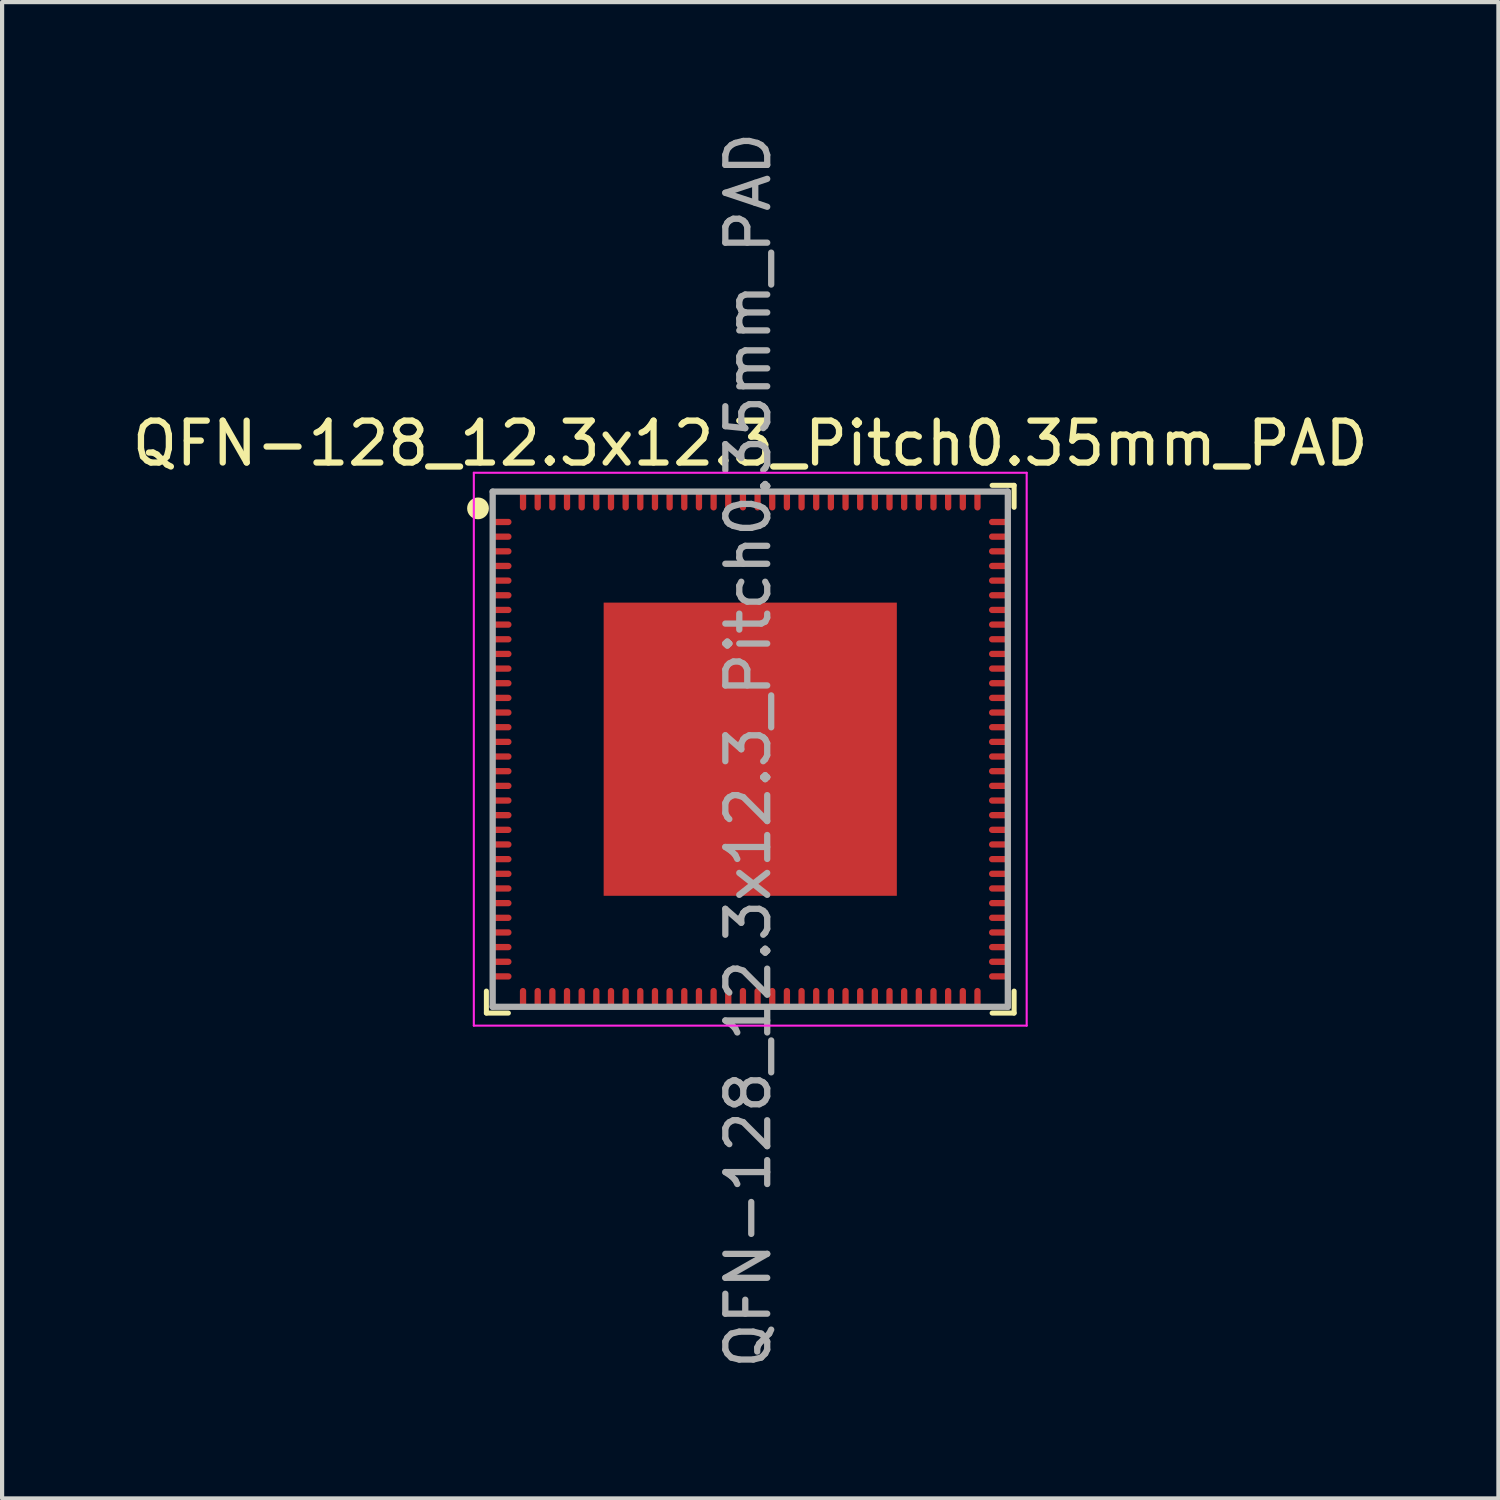
<source format=kicad_pcb>
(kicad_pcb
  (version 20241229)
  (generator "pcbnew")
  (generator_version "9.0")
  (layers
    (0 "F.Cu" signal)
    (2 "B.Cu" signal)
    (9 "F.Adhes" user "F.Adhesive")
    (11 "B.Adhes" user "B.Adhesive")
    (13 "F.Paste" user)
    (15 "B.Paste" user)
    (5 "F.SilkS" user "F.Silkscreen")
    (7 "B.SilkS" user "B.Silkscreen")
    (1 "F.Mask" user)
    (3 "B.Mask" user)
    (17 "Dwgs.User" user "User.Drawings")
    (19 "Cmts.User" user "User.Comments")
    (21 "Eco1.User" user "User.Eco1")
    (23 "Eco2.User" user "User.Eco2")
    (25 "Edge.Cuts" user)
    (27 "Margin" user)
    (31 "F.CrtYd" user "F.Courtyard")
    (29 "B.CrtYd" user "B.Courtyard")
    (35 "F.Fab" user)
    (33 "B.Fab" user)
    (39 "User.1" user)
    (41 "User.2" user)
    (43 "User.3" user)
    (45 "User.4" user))
  (footprint "QFN-128_12.3x12.3_Pitch0.35mm_PAD"
    (layer "F.Cu")
    (at 14.863 14.838)
    (property "Reference" "QFN-128_12.3x12.3_Pitch0.35mm_PAD" (at 0 -7.3 0) (layer "F.SilkS") (effects (font (size 1 1) (thickness 0.15))))
    (attr smd)
    (fp_line (start -6.3 6.3) (end -6.3 5.775) (stroke (width 0.12) (type default)) (layer "F.SilkS"))
    (fp_line (start -5.775 6.3) (end -6.3 6.3) (stroke (width 0.12) (type default)) (layer "F.SilkS"))
    (fp_line (start 5.775 -6.3) (end 6.3 -6.3) (stroke (width 0.12) (type default)) (layer "F.SilkS"))
    (fp_line (start 5.775 6.3) (end 6.3 6.3) (stroke (width 0.12) (type default)) (layer "F.SilkS"))
    (fp_line (start 6.3 -6.3) (end 6.3 -5.775) (stroke (width 0.12) (type default)) (layer "F.SilkS"))
    (fp_line (start 6.3 6.3) (end 6.3 5.775) (stroke (width 0.12) (type default)) (layer "F.SilkS"))
    (fp_circle (center -6.5 -5.75) (end -6.3 -5.75) (stroke (width 0.12) (type solid)) (fill yes) (layer "F.SilkS"))
    (fp_line (start -6.6 -6.6) (end 6.6 -6.6) (stroke (width 0.05) (type default)) (layer "F.CrtYd"))
    (fp_line (start -6.6 6.6) (end -6.6 -6.6) (stroke (width 0.05) (type default)) (layer "F.CrtYd"))
    (fp_line (start 6.6 -6.6) (end 6.6 6.6) (stroke (width 0.05) (type default)) (layer "F.CrtYd"))
    (fp_line (start 6.6 6.6) (end -6.6 6.6) (stroke (width 0.05) (type default)) (layer "F.CrtYd"))
    (fp_line (start -6.15 -6.15) (end -6.15 6.15) (stroke (width 0.15) (type default)) (layer "F.Fab"))
    (fp_line (start -6.15 6.15) (end 6.15 6.15) (stroke (width 0.15) (type default)) (layer "F.Fab"))
    (fp_line (start 6.15 -6.15) (end -6.15 -6.15) (stroke (width 0.15) (type default)) (layer "F.Fab"))
    (fp_line (start 6.15 6.15) (end 6.15 -6.15) (stroke (width 0.15) (type default)) (layer "F.Fab"))
    (fp_text user "${REFERENCE}" (at -0.05 0.025 90) (layer "F.Fab") (effects (font (size 1 1) (thickness 0.15))))
    (pad "" smd rect (at -2.625 -2.625) (size 1 1) (layers "F.Paste"))
    (pad "" smd rect (at -2.625 -0.875) (size 1 1) (layers "F.Paste"))
    (pad "" smd rect (at -2.625 0.875) (size 1 1) (layers "F.Paste"))
    (pad "" smd rect (at -2.625 2.625) (size 1 1) (layers "F.Paste"))
    (pad "" smd rect (at -0.875 -2.625) (size 1 1) (layers "F.Paste"))
    (pad "" smd rect (at -0.875 -0.875) (size 1 1) (layers "F.Paste"))
    (pad "" smd rect (at -0.875 0.875) (size 1 1) (layers "F.Paste"))
    (pad "" smd rect (at -0.875 2.625) (size 1 1) (layers "F.Paste"))
    (pad "" smd rect (at 0.875 -2.625) (size 1 1) (layers "F.Paste"))
    (pad "" smd rect (at 0.875 -0.875) (size 1 1) (layers "F.Paste"))
    (pad "" smd rect (at 0.875 0.875) (size 1 1) (layers "F.Paste"))
    (pad "" smd rect (at 0.875 2.625) (size 1 1) (layers "F.Paste"))
    (pad "" smd rect (at 2.625 -2.625) (size 1 1) (layers "F.Paste"))
    (pad "" smd rect (at 2.625 -0.875) (size 1 1) (layers "F.Paste"))
    (pad "" smd rect (at 2.625 0.875) (size 1 1) (layers "F.Paste"))
    (pad "" smd rect (at 2.625 2.625) (size 1 1) (layers "F.Paste"))
    (pad "1" smd oval (at -5.95 -5.425 90) (size 0.15 0.5) (layers "F.Cu" "F.Mask" "F.Paste"))
    (pad "2" smd oval (at -5.95 -5.075 90) (size 0.15 0.5) (layers "F.Cu" "F.Mask" "F.Paste"))
    (pad "3" smd oval (at -5.95 -4.725 90) (size 0.15 0.5) (layers "F.Cu" "F.Mask" "F.Paste"))
    (pad "4" smd oval (at -5.95 -4.375 90) (size 0.15 0.5) (layers "F.Cu" "F.Mask" "F.Paste"))
    (pad "5" smd oval (at -5.95 -4.025 90) (size 0.15 0.5) (layers "F.Cu" "F.Mask" "F.Paste"))
    (pad "6" smd oval (at -5.95 -3.675 90) (size 0.15 0.5) (layers "F.Cu" "F.Mask" "F.Paste"))
    (pad "7" smd oval (at -5.95 -3.325 90) (size 0.15 0.5) (layers "F.Cu" "F.Mask" "F.Paste"))
    (pad "8" smd oval (at -5.95 -2.975 90) (size 0.15 0.5) (layers "F.Cu" "F.Mask" "F.Paste"))
    (pad "9" smd oval (at -5.95 -2.625 90) (size 0.15 0.5) (layers "F.Cu" "F.Mask" "F.Paste"))
    (pad "10" smd oval (at -5.95 -2.275 90) (size 0.15 0.5) (layers "F.Cu" "F.Mask" "F.Paste"))
    (pad "11" smd oval (at -5.95 -1.925 90) (size 0.15 0.5) (layers "F.Cu" "F.Mask" "F.Paste"))
    (pad "12" smd oval (at -5.95 -1.575 90) (size 0.15 0.5) (layers "F.Cu" "F.Mask" "F.Paste"))
    (pad "13" smd oval (at -5.95 -1.225 90) (size 0.15 0.5) (layers "F.Cu" "F.Mask" "F.Paste"))
    (pad "14" smd oval (at -5.95 -0.875 90) (size 0.15 0.5) (layers "F.Cu" "F.Mask" "F.Paste"))
    (pad "15" smd oval (at -5.95 -0.525 90) (size 0.15 0.5) (layers "F.Cu" "F.Mask" "F.Paste"))
    (pad "16" smd oval (at -5.95 -0.175 90) (size 0.15 0.5) (layers "F.Cu" "F.Mask" "F.Paste"))
    (pad "17" smd oval (at -5.95 0.175 90) (size 0.15 0.5) (layers "F.Cu" "F.Mask" "F.Paste"))
    (pad "18" smd oval (at -5.95 0.525 90) (size 0.15 0.5) (layers "F.Cu" "F.Mask" "F.Paste"))
    (pad "19" smd oval (at -5.95 0.875 90) (size 0.15 0.5) (layers "F.Cu" "F.Mask" "F.Paste"))
    (pad "20" smd oval (at -5.95 1.225 90) (size 0.15 0.5) (layers "F.Cu" "F.Mask" "F.Paste"))
    (pad "21" smd oval (at -5.95 1.575 90) (size 0.15 0.5) (layers "F.Cu" "F.Mask" "F.Paste"))
    (pad "22" smd oval (at -5.95 1.925 90) (size 0.15 0.5) (layers "F.Cu" "F.Mask" "F.Paste"))
    (pad "23" smd oval (at -5.95 2.275 90) (size 0.15 0.5) (layers "F.Cu" "F.Mask" "F.Paste"))
    (pad "24" smd oval (at -5.95 2.625 90) (size 0.15 0.5) (layers "F.Cu" "F.Mask" "F.Paste"))
    (pad "25" smd oval (at -5.95 2.975 90) (size 0.15 0.5) (layers "F.Cu" "F.Mask" "F.Paste"))
    (pad "26" smd oval (at -5.95 3.325 90) (size 0.15 0.5) (layers "F.Cu" "F.Mask" "F.Paste"))
    (pad "27" smd oval (at -5.95 3.675 90) (size 0.15 0.5) (layers "F.Cu" "F.Mask" "F.Paste"))
    (pad "28" smd oval (at -5.95 4.025 90) (size 0.15 0.5) (layers "F.Cu" "F.Mask" "F.Paste"))
    (pad "29" smd oval (at -5.95 4.375 90) (size 0.15 0.5) (layers "F.Cu" "F.Mask" "F.Paste"))
    (pad "30" smd oval (at -5.95 4.725 90) (size 0.15 0.5) (layers "F.Cu" "F.Mask" "F.Paste"))
    (pad "31" smd oval (at -5.95 5.075 90) (size 0.15 0.5) (layers "F.Cu" "F.Mask" "F.Paste"))
    (pad "32" smd oval (at -5.95 5.425 90) (size 0.15 0.5) (layers "F.Cu" "F.Mask" "F.Paste"))
    (pad "33" smd oval (at -5.425 5.95) (size 0.15 0.5) (layers "F.Cu" "F.Mask" "F.Paste"))
    (pad "34" smd oval (at -5.075 5.95) (size 0.15 0.5) (layers "F.Cu" "F.Mask" "F.Paste"))
    (pad "35" smd oval (at -4.725 5.95) (size 0.15 0.5) (layers "F.Cu" "F.Mask" "F.Paste"))
    (pad "36" smd oval (at -4.375 5.95) (size 0.15 0.5) (layers "F.Cu" "F.Mask" "F.Paste"))
    (pad "37" smd oval (at -4.025 5.95) (size 0.15 0.5) (layers "F.Cu" "F.Mask" "F.Paste"))
    (pad "38" smd oval (at -3.675 5.95) (size 0.15 0.5) (layers "F.Cu" "F.Mask" "F.Paste"))
    (pad "39" smd oval (at -3.325 5.95) (size 0.15 0.5) (layers "F.Cu" "F.Mask" "F.Paste"))
    (pad "40" smd oval (at -2.975 5.95) (size 0.15 0.5) (layers "F.Cu" "F.Mask" "F.Paste"))
    (pad "41" smd oval (at -2.625 5.95) (size 0.15 0.5) (layers "F.Cu" "F.Mask" "F.Paste"))
    (pad "42" smd oval (at -2.275 5.95) (size 0.15 0.5) (layers "F.Cu" "F.Mask" "F.Paste"))
    (pad "43" smd oval (at -1.925 5.95) (size 0.15 0.5) (layers "F.Cu" "F.Mask" "F.Paste"))
    (pad "44" smd oval (at -1.575 5.95) (size 0.15 0.5) (layers "F.Cu" "F.Mask" "F.Paste"))
    (pad "45" smd oval (at -1.225 5.95) (size 0.15 0.5) (layers "F.Cu" "F.Mask" "F.Paste"))
    (pad "46" smd oval (at -0.875 5.95) (size 0.15 0.5) (layers "F.Cu" "F.Mask" "F.Paste"))
    (pad "47" smd oval (at -0.525 5.95) (size 0.15 0.5) (layers "F.Cu" "F.Mask" "F.Paste"))
    (pad "48" smd oval (at -0.175 5.95) (size 0.15 0.5) (layers "F.Cu" "F.Mask" "F.Paste"))
    (pad "49" smd oval (at 0.175 5.95) (size 0.15 0.5) (layers "F.Cu" "F.Mask" "F.Paste"))
    (pad "50" smd oval (at 0.525 5.95) (size 0.15 0.5) (layers "F.Cu" "F.Mask" "F.Paste"))
    (pad "51" smd oval (at 0.875 5.95) (size 0.15 0.5) (layers "F.Cu" "F.Mask" "F.Paste"))
    (pad "52" smd oval (at 1.225 5.95) (size 0.15 0.5) (layers "F.Cu" "F.Mask" "F.Paste"))
    (pad "53" smd oval (at 1.575 5.95) (size 0.15 0.5) (layers "F.Cu" "F.Mask" "F.Paste"))
    (pad "54" smd oval (at 1.925 5.95) (size 0.15 0.5) (layers "F.Cu" "F.Mask" "F.Paste"))
    (pad "55" smd oval (at 2.275 5.95) (size 0.15 0.5) (layers "F.Cu" "F.Mask" "F.Paste"))
    (pad "56" smd oval (at 2.625 5.95) (size 0.15 0.5) (layers "F.Cu" "F.Mask" "F.Paste"))
    (pad "57" smd oval (at 2.975 5.95) (size 0.15 0.5) (layers "F.Cu" "F.Mask" "F.Paste"))
    (pad "58" smd oval (at 3.325 5.95) (size 0.15 0.5) (layers "F.Cu" "F.Mask" "F.Paste"))
    (pad "59" smd oval (at 3.675 5.95) (size 0.15 0.5) (layers "F.Cu" "F.Mask" "F.Paste"))
    (pad "60" smd oval (at 4.025 5.95) (size 0.15 0.5) (layers "F.Cu" "F.Mask" "F.Paste"))
    (pad "61" smd oval (at 4.375 5.95) (size 0.15 0.5) (layers "F.Cu" "F.Mask" "F.Paste"))
    (pad "62" smd oval (at 4.725 5.95) (size 0.15 0.5) (layers "F.Cu" "F.Mask" "F.Paste"))
    (pad "63" smd oval (at 5.075 5.95) (size 0.15 0.5) (layers "F.Cu" "F.Mask" "F.Paste"))
    (pad "64" smd oval (at 5.425 5.95) (size 0.15 0.5) (layers "F.Cu" "F.Mask" "F.Paste"))
    (pad "65" smd oval (at 5.95 5.425 90) (size 0.15 0.5) (layers "F.Cu" "F.Mask" "F.Paste"))
    (pad "66" smd oval (at 5.95 5.075 90) (size 0.15 0.5) (layers "F.Cu" "F.Mask" "F.Paste"))
    (pad "67" smd oval (at 5.95 4.725 90) (size 0.15 0.5) (layers "F.Cu" "F.Mask" "F.Paste"))
    (pad "68" smd oval (at 5.95 4.375 90) (size 0.15 0.5) (layers "F.Cu" "F.Mask" "F.Paste"))
    (pad "69" smd oval (at 5.95 4.025 90) (size 0.15 0.5) (layers "F.Cu" "F.Mask" "F.Paste"))
    (pad "70" smd oval (at 5.95 3.675 90) (size 0.15 0.5) (layers "F.Cu" "F.Mask" "F.Paste"))
    (pad "71" smd oval (at 5.95 3.325 90) (size 0.15 0.5) (layers "F.Cu" "F.Mask" "F.Paste"))
    (pad "72" smd oval (at 5.95 2.975 90) (size 0.15 0.5) (layers "F.Cu" "F.Mask" "F.Paste"))
    (pad "73" smd oval (at 5.95 2.625 90) (size 0.15 0.5) (layers "F.Cu" "F.Mask" "F.Paste"))
    (pad "74" smd oval (at 5.95 2.275 90) (size 0.15 0.5) (layers "F.Cu" "F.Mask" "F.Paste"))
    (pad "75" smd oval (at 5.95 1.925 90) (size 0.15 0.5) (layers "F.Cu" "F.Mask" "F.Paste"))
    (pad "76" smd oval (at 5.95 1.575 90) (size 0.15 0.5) (layers "F.Cu" "F.Mask" "F.Paste"))
    (pad "77" smd oval (at 5.95 1.225 90) (size 0.15 0.5) (layers "F.Cu" "F.Mask" "F.Paste"))
    (pad "78" smd oval (at 5.95 0.875 90) (size 0.15 0.5) (layers "F.Cu" "F.Mask" "F.Paste"))
    (pad "79" smd oval (at 5.95 0.525 90) (size 0.15 0.5) (layers "F.Cu" "F.Mask" "F.Paste"))
    (pad "80" smd oval (at 5.95 0.175 90) (size 0.15 0.5) (layers "F.Cu" "F.Mask" "F.Paste"))
    (pad "81" smd oval (at 5.95 -0.175 90) (size 0.15 0.5) (layers "F.Cu" "F.Mask" "F.Paste"))
    (pad "82" smd oval (at 5.95 -0.525 90) (size 0.15 0.5) (layers "F.Cu" "F.Mask" "F.Paste"))
    (pad "83" smd oval (at 5.95 -0.875 90) (size 0.15 0.5) (layers "F.Cu" "F.Mask" "F.Paste"))
    (pad "84" smd oval (at 5.95 -1.225 90) (size 0.15 0.5) (layers "F.Cu" "F.Mask" "F.Paste"))
    (pad "85" smd oval (at 5.95 -1.575 90) (size 0.15 0.5) (layers "F.Cu" "F.Mask" "F.Paste"))
    (pad "86" smd oval (at 5.95 -1.925 90) (size 0.15 0.5) (layers "F.Cu" "F.Mask" "F.Paste"))
    (pad "87" smd oval (at 5.95 -2.275 90) (size 0.15 0.5) (layers "F.Cu" "F.Mask" "F.Paste"))
    (pad "88" smd oval (at 5.95 -2.625 90) (size 0.15 0.5) (layers "F.Cu" "F.Mask" "F.Paste"))
    (pad "89" smd oval (at 5.95 -2.975 90) (size 0.15 0.5) (layers "F.Cu" "F.Mask" "F.Paste"))
    (pad "90" smd oval (at 5.95 -3.325 90) (size 0.15 0.5) (layers "F.Cu" "F.Mask" "F.Paste"))
    (pad "91" smd oval (at 5.95 -3.675 90) (size 0.15 0.5) (layers "F.Cu" "F.Mask" "F.Paste"))
    (pad "92" smd oval (at 5.95 -4.025 90) (size 0.15 0.5) (layers "F.Cu" "F.Mask" "F.Paste"))
    (pad "93" smd oval (at 5.95 -4.375 90) (size 0.15 0.5) (layers "F.Cu" "F.Mask" "F.Paste"))
    (pad "94" smd oval (at 5.95 -4.725 90) (size 0.15 0.5) (layers "F.Cu" "F.Mask" "F.Paste"))
    (pad "95" smd oval (at 5.95 -5.075 90) (size 0.15 0.5) (layers "F.Cu" "F.Mask" "F.Paste"))
    (pad "96" smd oval (at 5.95 -5.425 90) (size 0.15 0.5) (layers "F.Cu" "F.Mask" "F.Paste"))
    (pad "97" smd oval (at 5.425 -5.95) (size 0.15 0.5) (layers "F.Cu" "F.Mask" "F.Paste"))
    (pad "98" smd oval (at 5.075 -5.95) (size 0.15 0.5) (layers "F.Cu" "F.Mask" "F.Paste"))
    (pad "99" smd oval (at 4.725 -5.95) (size 0.15 0.5) (layers "F.Cu" "F.Mask" "F.Paste"))
    (pad "100" smd oval (at 4.375 -5.95) (size 0.15 0.5) (layers "F.Cu" "F.Mask" "F.Paste"))
    (pad "101" smd oval (at 4.025 -5.95) (size 0.15 0.5) (layers "F.Cu" "F.Mask" "F.Paste"))
    (pad "102" smd oval (at 3.675 -5.95) (size 0.15 0.5) (layers "F.Cu" "F.Mask" "F.Paste"))
    (pad "103" smd oval (at 3.325 -5.95) (size 0.15 0.5) (layers "F.Cu" "F.Mask" "F.Paste"))
    (pad "104" smd oval (at 2.975 -5.95) (size 0.15 0.5) (layers "F.Cu" "F.Mask" "F.Paste"))
    (pad "105" smd oval (at 2.625 -5.95) (size 0.15 0.5) (layers "F.Cu" "F.Mask" "F.Paste"))
    (pad "106" smd oval (at 2.275 -5.95) (size 0.15 0.5) (layers "F.Cu" "F.Mask" "F.Paste"))
    (pad "107" smd oval (at 1.925 -5.95) (size 0.15 0.5) (layers "F.Cu" "F.Mask" "F.Paste"))
    (pad "108" smd oval (at 1.575 -5.95) (size 0.15 0.5) (layers "F.Cu" "F.Mask" "F.Paste"))
    (pad "109" smd oval (at 1.225 -5.95) (size 0.15 0.5) (layers "F.Cu" "F.Mask" "F.Paste"))
    (pad "110" smd oval (at 0.875 -5.95) (size 0.15 0.5) (layers "F.Cu" "F.Mask" "F.Paste"))
    (pad "111" smd oval (at 0.525 -5.95) (size 0.15 0.5) (layers "F.Cu" "F.Mask" "F.Paste"))
    (pad "112" smd oval (at 0.175 -5.95) (size 0.15 0.5) (layers "F.Cu" "F.Mask" "F.Paste"))
    (pad "113" smd oval (at -0.175 -5.95) (size 0.15 0.5) (layers "F.Cu" "F.Mask" "F.Paste"))
    (pad "114" smd oval (at -0.525 -5.95) (size 0.15 0.5) (layers "F.Cu" "F.Mask" "F.Paste"))
    (pad "115" smd oval (at -0.875 -5.95) (size 0.15 0.5) (layers "F.Cu" "F.Mask" "F.Paste"))
    (pad "116" smd oval (at -1.225 -5.95) (size 0.15 0.5) (layers "F.Cu" "F.Mask" "F.Paste"))
    (pad "117" smd oval (at -1.575 -5.95) (size 0.15 0.5) (layers "F.Cu" "F.Mask" "F.Paste"))
    (pad "118" smd oval (at -1.925 -5.95) (size 0.15 0.5) (layers "F.Cu" "F.Mask" "F.Paste"))
    (pad "119" smd oval (at -2.275 -5.95) (size 0.15 0.5) (layers "F.Cu" "F.Mask" "F.Paste"))
    (pad "120" smd oval (at -2.625 -5.95) (size 0.15 0.5) (layers "F.Cu" "F.Mask" "F.Paste"))
    (pad "121" smd oval (at -2.975 -5.95) (size 0.15 0.5) (layers "F.Cu" "F.Mask" "F.Paste"))
    (pad "122" smd oval (at -3.325 -5.95) (size 0.15 0.5) (layers "F.Cu" "F.Mask" "F.Paste"))
    (pad "123" smd oval (at -3.675 -5.95) (size 0.15 0.5) (layers "F.Cu" "F.Mask" "F.Paste"))
    (pad "124" smd oval (at -4.025 -5.95) (size 0.15 0.5) (layers "F.Cu" "F.Mask" "F.Paste"))
    (pad "125" smd oval (at -4.375 -5.95) (size 0.15 0.5) (layers "F.Cu" "F.Mask" "F.Paste"))
    (pad "126" smd oval (at -4.725 -5.95) (size 0.15 0.5) (layers "F.Cu" "F.Mask" "F.Paste"))
    (pad "127" smd oval (at -5.075 -5.95) (size 0.15 0.5) (layers "F.Cu" "F.Mask" "F.Paste"))
    (pad "128" smd oval (at -5.425 -5.95) (size 0.15 0.5) (layers "F.Cu" "F.Mask" "F.Paste"))
    (pad "129" smd rect (at 0 0) (size 7 7) (layers "F.Cu" "F.Mask")))
  (gr_rect
    (start -3 -3)
    (end 32.726 32.726)
    (stroke (width 0.1) (type default))
    (fill no)
    (layer "Edge.Cuts")))
</source>
